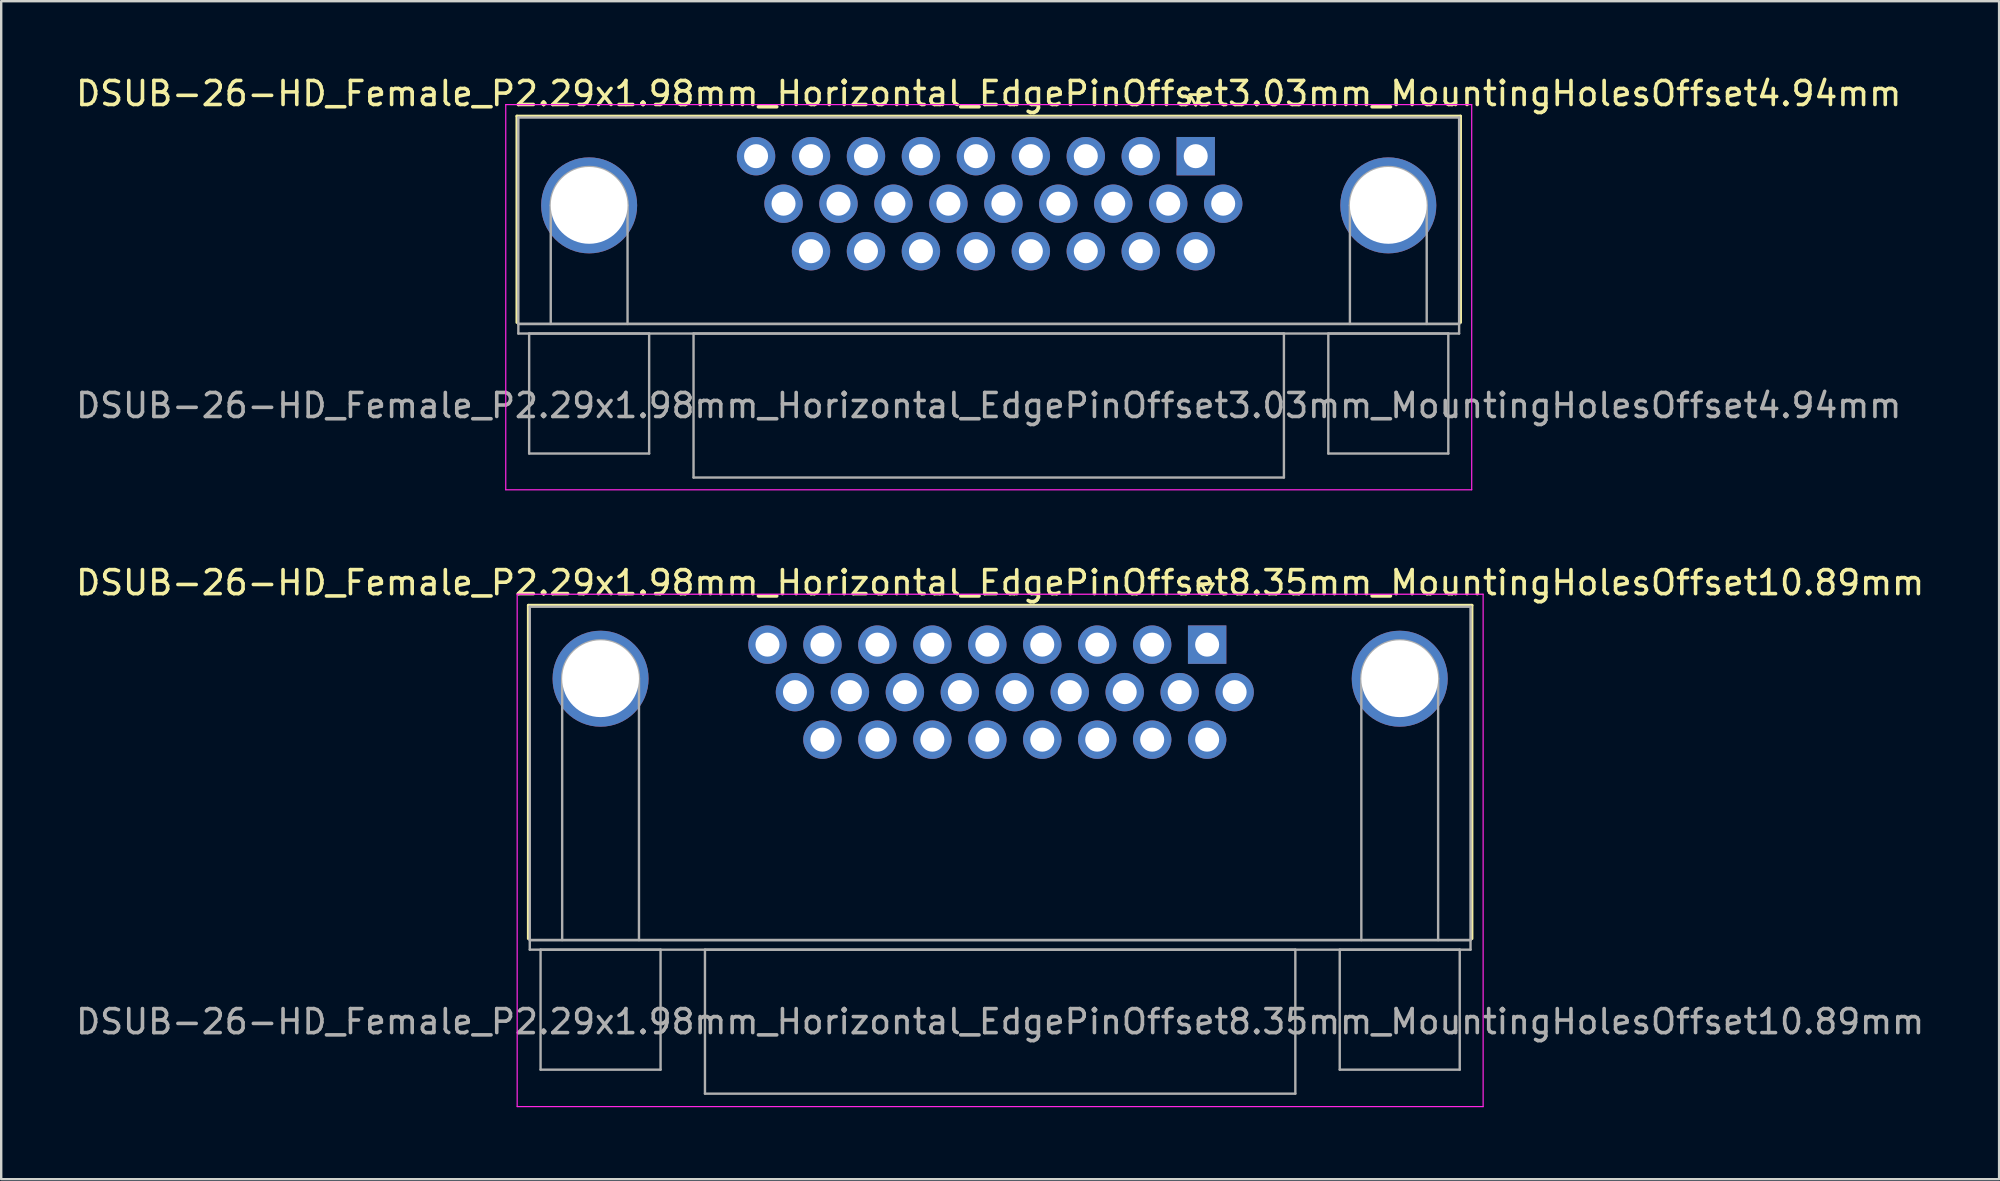
<source format=kicad_pcb>
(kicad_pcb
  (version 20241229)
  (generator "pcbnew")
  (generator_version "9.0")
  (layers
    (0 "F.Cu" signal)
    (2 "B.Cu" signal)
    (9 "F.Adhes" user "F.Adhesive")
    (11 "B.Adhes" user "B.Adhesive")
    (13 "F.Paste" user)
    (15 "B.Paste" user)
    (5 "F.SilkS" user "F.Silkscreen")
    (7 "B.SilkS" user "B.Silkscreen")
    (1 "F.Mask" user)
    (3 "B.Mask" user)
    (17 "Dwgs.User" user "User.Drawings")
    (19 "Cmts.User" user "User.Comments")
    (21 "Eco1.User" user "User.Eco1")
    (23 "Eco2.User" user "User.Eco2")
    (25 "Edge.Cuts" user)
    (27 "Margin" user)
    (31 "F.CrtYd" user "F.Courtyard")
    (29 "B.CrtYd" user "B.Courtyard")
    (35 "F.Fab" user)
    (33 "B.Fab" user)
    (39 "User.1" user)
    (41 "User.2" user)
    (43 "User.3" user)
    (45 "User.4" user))
  (footprint "DSUB-26-HD_Female_P2.29x1.98mm_Horizontal_EdgePinOffset3.03mm_MountingHolesOffset4.94mm"
    (layer "F.Cu")
    (at 46.774 3.458)
    (property "Reference" "DSUB-26-HD_Female_P2.29x1.98mm_Horizontal_EdgePinOffset3.03mm_MountingHolesOffset4.94mm" (at -8.625 -2.61 0) (layer "F.SilkS") (effects (font (size 1 1) (thickness 0.15))))
    (attr through_hole)
    (fp_line (start -28.285 -1.67) (end 11.035 -1.67) (stroke (width 0.12) (type solid)) (layer "F.SilkS"))
    (fp_line (start -28.285 6.93) (end -28.285 -1.67) (stroke (width 0.12) (type solid)) (layer "F.SilkS"))
    (fp_line (start -0.25 -2.564) (end 0.25 -2.564) (stroke (width 0.12) (type solid)) (layer "F.SilkS"))
    (fp_line (start 0 -2.131) (end -0.25 -2.564) (stroke (width 0.12) (type solid)) (layer "F.SilkS"))
    (fp_line (start 0.25 -2.564) (end 0 -2.131) (stroke (width 0.12) (type solid)) (layer "F.SilkS"))
    (fp_line (start 11.035 -1.67) (end 11.035 6.93) (stroke (width 0.12) (type solid)) (layer "F.SilkS"))
    (fp_line (start -28.75 -2.15) (end -28.75 13.9) (stroke (width 0.05) (type solid)) (layer "F.CrtYd"))
    (fp_line (start -28.75 13.9) (end 11.5 13.9) (stroke (width 0.05) (type solid)) (layer "F.CrtYd"))
    (fp_line (start 11.5 -2.15) (end -28.75 -2.15) (stroke (width 0.05) (type solid)) (layer "F.CrtYd"))
    (fp_line (start 11.5 13.9) (end 11.5 -2.15) (stroke (width 0.05) (type solid)) (layer "F.CrtYd"))
    (fp_line (start -28.225 -1.61) (end -28.225 6.99) (stroke (width 0.1) (type solid)) (layer "F.Fab"))
    (fp_line (start -28.225 6.99) (end -28.225 7.39) (stroke (width 0.1) (type solid)) (layer "F.Fab"))
    (fp_line (start -28.225 6.99) (end 10.975 6.99) (stroke (width 0.1) (type solid)) (layer "F.Fab"))
    (fp_line (start -28.225 7.39) (end 10.975 7.39) (stroke (width 0.1) (type solid)) (layer "F.Fab"))
    (fp_line (start -27.775 7.39) (end -27.775 12.39) (stroke (width 0.1) (type solid)) (layer "F.Fab"))
    (fp_line (start -27.775 12.39) (end -22.775 12.39) (stroke (width 0.1) (type solid)) (layer "F.Fab"))
    (fp_line (start -26.875 6.99) (end -26.875 2.05) (stroke (width 0.1) (type solid)) (layer "F.Fab"))
    (fp_line (start -23.675 6.99) (end -23.675 2.05) (stroke (width 0.1) (type solid)) (layer "F.Fab"))
    (fp_line (start -22.775 7.39) (end -27.775 7.39) (stroke (width 0.1) (type solid)) (layer "F.Fab"))
    (fp_line (start -22.775 12.39) (end -22.775 7.39) (stroke (width 0.1) (type solid)) (layer "F.Fab"))
    (fp_line (start -20.925 7.39) (end -20.925 13.39) (stroke (width 0.1) (type solid)) (layer "F.Fab"))
    (fp_line (start -20.925 13.39) (end 3.675 13.39) (stroke (width 0.1) (type solid)) (layer "F.Fab"))
    (fp_line (start 3.675 7.39) (end -20.925 7.39) (stroke (width 0.1) (type solid)) (layer "F.Fab"))
    (fp_line (start 3.675 13.39) (end 3.675 7.39) (stroke (width 0.1) (type solid)) (layer "F.Fab"))
    (fp_line (start 5.525 7.39) (end 5.525 12.39) (stroke (width 0.1) (type solid)) (layer "F.Fab"))
    (fp_line (start 5.525 12.39) (end 10.525 12.39) (stroke (width 0.1) (type solid)) (layer "F.Fab"))
    (fp_line (start 6.425 6.99) (end 6.425 2.05) (stroke (width 0.1) (type solid)) (layer "F.Fab"))
    (fp_line (start 9.625 6.99) (end 9.625 2.05) (stroke (width 0.1) (type solid)) (layer "F.Fab"))
    (fp_line (start 10.525 7.39) (end 5.525 7.39) (stroke (width 0.1) (type solid)) (layer "F.Fab"))
    (fp_line (start 10.525 12.39) (end 10.525 7.39) (stroke (width 0.1) (type solid)) (layer "F.Fab"))
    (fp_line (start 10.975 -1.61) (end -28.225 -1.61) (stroke (width 0.1) (type solid)) (layer "F.Fab"))
    (fp_line (start 10.975 6.99) (end -28.225 6.99) (stroke (width 0.1) (type solid)) (layer "F.Fab"))
    (fp_line (start 10.975 6.99) (end 10.975 -1.61) (stroke (width 0.1) (type solid)) (layer "F.Fab"))
    (fp_line (start 10.975 7.39) (end 10.975 6.99) (stroke (width 0.1) (type solid)) (layer "F.Fab"))
    (fp_arc (start -26.875 2.05) (mid -25.275 0.45) (end -23.675 2.05) (stroke (width 0.1) (type solid)) (layer "F.Fab"))
    (fp_arc (start 6.425 2.05) (mid 8.025 0.45) (end 9.625 2.05) (stroke (width 0.1) (type solid)) (layer "F.Fab"))
    (fp_text user "${REFERENCE}" (at -8.625 10.39 0) (layer "F.Fab") (effects (font (size 1 1) (thickness 0.15))))
    (pad "0" thru_hole circle (at -25.275 2.05) (size 4 4) (drill 3.2) (layers "*.Cu" "*.Mask"))
    (pad "0" thru_hole circle (at 8.025 2.05) (size 4 4) (drill 3.2) (layers "*.Cu" "*.Mask"))
    (pad "1" thru_hole rect (at 0 0) (size 1.6 1.6) (drill 1) (layers "*.Cu" "*.Mask"))
    (pad "2" thru_hole circle (at -2.29 0) (size 1.6 1.6) (drill 1) (layers "*.Cu" "*.Mask"))
    (pad "3" thru_hole circle (at -4.58 0) (size 1.6 1.6) (drill 1) (layers "*.Cu" "*.Mask"))
    (pad "4" thru_hole circle (at -6.87 0) (size 1.6 1.6) (drill 1) (layers "*.Cu" "*.Mask"))
    (pad "5" thru_hole circle (at -9.16 0) (size 1.6 1.6) (drill 1) (layers "*.Cu" "*.Mask"))
    (pad "6" thru_hole circle (at -11.45 0) (size 1.6 1.6) (drill 1) (layers "*.Cu" "*.Mask"))
    (pad "7" thru_hole circle (at -13.74 0) (size 1.6 1.6) (drill 1) (layers "*.Cu" "*.Mask"))
    (pad "8" thru_hole circle (at -16.03 0) (size 1.6 1.6) (drill 1) (layers "*.Cu" "*.Mask"))
    (pad "9" thru_hole circle (at -18.32 0) (size 1.6 1.6) (drill 1) (layers "*.Cu" "*.Mask"))
    (pad "10" thru_hole circle (at 1.145 1.98) (size 1.6 1.6) (drill 1) (layers "*.Cu" "*.Mask"))
    (pad "11" thru_hole circle (at -1.145 1.98) (size 1.6 1.6) (drill 1) (layers "*.Cu" "*.Mask"))
    (pad "12" thru_hole circle (at -3.435 1.98) (size 1.6 1.6) (drill 1) (layers "*.Cu" "*.Mask"))
    (pad "13" thru_hole circle (at -5.725 1.98) (size 1.6 1.6) (drill 1) (layers "*.Cu" "*.Mask"))
    (pad "14" thru_hole circle (at -8.015 1.98) (size 1.6 1.6) (drill 1) (layers "*.Cu" "*.Mask"))
    (pad "15" thru_hole circle (at -10.305 1.98) (size 1.6 1.6) (drill 1) (layers "*.Cu" "*.Mask"))
    (pad "16" thru_hole circle (at -12.595 1.98) (size 1.6 1.6) (drill 1) (layers "*.Cu" "*.Mask"))
    (pad "17" thru_hole circle (at -14.885 1.98) (size 1.6 1.6) (drill 1) (layers "*.Cu" "*.Mask"))
    (pad "18" thru_hole circle (at -17.175 1.98) (size 1.6 1.6) (drill 1) (layers "*.Cu" "*.Mask"))
    (pad "19" thru_hole circle (at 0 3.96) (size 1.6 1.6) (drill 1) (layers "*.Cu" "*.Mask"))
    (pad "20" thru_hole circle (at -2.29 3.96) (size 1.6 1.6) (drill 1) (layers "*.Cu" "*.Mask"))
    (pad "21" thru_hole circle (at -4.58 3.96) (size 1.6 1.6) (drill 1) (layers "*.Cu" "*.Mask"))
    (pad "22" thru_hole circle (at -6.87 3.96) (size 1.6 1.6) (drill 1) (layers "*.Cu" "*.Mask"))
    (pad "23" thru_hole circle (at -9.16 3.96) (size 1.6 1.6) (drill 1) (layers "*.Cu" "*.Mask"))
    (pad "24" thru_hole circle (at -11.45 3.96) (size 1.6 1.6) (drill 1) (layers "*.Cu" "*.Mask"))
    (pad "25" thru_hole circle (at -13.74 3.96) (size 1.6 1.6) (drill 1) (layers "*.Cu" "*.Mask"))
    (pad "26" thru_hole circle (at -16.03 3.96) (size 1.6 1.6) (drill 1) (layers "*.Cu" "*.Mask")))
  (footprint "DSUB-26-HD_Female_P2.29x1.98mm_Horizontal_EdgePinOffset8.35mm_MountingHolesOffset10.89mm"
    (layer "F.Cu")
    (at 47.25 23.811)
    (property "Reference" "DSUB-26-HD_Female_P2.29x1.98mm_Horizontal_EdgePinOffset8.35mm_MountingHolesOffset10.89mm" (at -8.625 -2.58 0) (layer "F.SilkS") (effects (font (size 1 1) (thickness 0.15))))
    (attr through_hole)
    (fp_line (start -28.285 -1.64) (end 11.035 -1.64) (stroke (width 0.12) (type solid)) (layer "F.SilkS"))
    (fp_line (start -28.285 12.25) (end -28.285 -1.64) (stroke (width 0.12) (type solid)) (layer "F.SilkS"))
    (fp_line (start -0.25 -2.534) (end 0.25 -2.534) (stroke (width 0.12) (type solid)) (layer "F.SilkS"))
    (fp_line (start 0 -2.101) (end -0.25 -2.534) (stroke (width 0.12) (type solid)) (layer "F.SilkS"))
    (fp_line (start 0.25 -2.534) (end 0 -2.101) (stroke (width 0.12) (type solid)) (layer "F.SilkS"))
    (fp_line (start 11.035 -1.64) (end 11.035 12.25) (stroke (width 0.12) (type solid)) (layer "F.SilkS"))
    (fp_line (start -28.75 -2.1) (end -28.75 19.25) (stroke (width 0.05) (type solid)) (layer "F.CrtYd"))
    (fp_line (start -28.75 19.25) (end 11.5 19.25) (stroke (width 0.05) (type solid)) (layer "F.CrtYd"))
    (fp_line (start 11.5 -2.1) (end -28.75 -2.1) (stroke (width 0.05) (type solid)) (layer "F.CrtYd"))
    (fp_line (start 11.5 19.25) (end 11.5 -2.1) (stroke (width 0.05) (type solid)) (layer "F.CrtYd"))
    (fp_line (start -28.225 -1.58) (end -28.225 12.31) (stroke (width 0.1) (type solid)) (layer "F.Fab"))
    (fp_line (start -28.225 12.31) (end -28.225 12.71) (stroke (width 0.1) (type solid)) (layer "F.Fab"))
    (fp_line (start -28.225 12.31) (end 10.975 12.31) (stroke (width 0.1) (type solid)) (layer "F.Fab"))
    (fp_line (start -28.225 12.71) (end 10.975 12.71) (stroke (width 0.1) (type solid)) (layer "F.Fab"))
    (fp_line (start -27.775 12.71) (end -27.775 17.71) (stroke (width 0.1) (type solid)) (layer "F.Fab"))
    (fp_line (start -27.775 17.71) (end -22.775 17.71) (stroke (width 0.1) (type solid)) (layer "F.Fab"))
    (fp_line (start -26.875 12.31) (end -26.875 1.42) (stroke (width 0.1) (type solid)) (layer "F.Fab"))
    (fp_line (start -23.675 12.31) (end -23.675 1.42) (stroke (width 0.1) (type solid)) (layer "F.Fab"))
    (fp_line (start -22.775 12.71) (end -27.775 12.71) (stroke (width 0.1) (type solid)) (layer "F.Fab"))
    (fp_line (start -22.775 17.71) (end -22.775 12.71) (stroke (width 0.1) (type solid)) (layer "F.Fab"))
    (fp_line (start -20.925 12.71) (end -20.925 18.71) (stroke (width 0.1) (type solid)) (layer "F.Fab"))
    (fp_line (start -20.925 18.71) (end 3.675 18.71) (stroke (width 0.1) (type solid)) (layer "F.Fab"))
    (fp_line (start 3.675 12.71) (end -20.925 12.71) (stroke (width 0.1) (type solid)) (layer "F.Fab"))
    (fp_line (start 3.675 18.71) (end 3.675 12.71) (stroke (width 0.1) (type solid)) (layer "F.Fab"))
    (fp_line (start 5.525 12.71) (end 5.525 17.71) (stroke (width 0.1) (type solid)) (layer "F.Fab"))
    (fp_line (start 5.525 17.71) (end 10.525 17.71) (stroke (width 0.1) (type solid)) (layer "F.Fab"))
    (fp_line (start 6.425 12.31) (end 6.425 1.42) (stroke (width 0.1) (type solid)) (layer "F.Fab"))
    (fp_line (start 9.625 12.31) (end 9.625 1.42) (stroke (width 0.1) (type solid)) (layer "F.Fab"))
    (fp_line (start 10.525 12.71) (end 5.525 12.71) (stroke (width 0.1) (type solid)) (layer "F.Fab"))
    (fp_line (start 10.525 17.71) (end 10.525 12.71) (stroke (width 0.1) (type solid)) (layer "F.Fab"))
    (fp_line (start 10.975 -1.58) (end -28.225 -1.58) (stroke (width 0.1) (type solid)) (layer "F.Fab"))
    (fp_line (start 10.975 12.31) (end -28.225 12.31) (stroke (width 0.1) (type solid)) (layer "F.Fab"))
    (fp_line (start 10.975 12.31) (end 10.975 -1.58) (stroke (width 0.1) (type solid)) (layer "F.Fab"))
    (fp_line (start 10.975 12.71) (end 10.975 12.31) (stroke (width 0.1) (type solid)) (layer "F.Fab"))
    (fp_arc (start -26.875 1.42) (mid -25.275 -0.18) (end -23.675 1.42) (stroke (width 0.1) (type solid)) (layer "F.Fab"))
    (fp_arc (start 6.425 1.42) (mid 8.025 -0.18) (end 9.625 1.42) (stroke (width 0.1) (type solid)) (layer "F.Fab"))
    (fp_text user "${REFERENCE}" (at -8.625 15.71 0) (layer "F.Fab") (effects (font (size 1 1) (thickness 0.15))))
    (pad "0" thru_hole circle (at -25.275 1.42) (size 4 4) (drill 3.2) (layers "*.Cu" "*.Mask"))
    (pad "0" thru_hole circle (at 8.025 1.42) (size 4 4) (drill 3.2) (layers "*.Cu" "*.Mask"))
    (pad "1" thru_hole rect (at 0 0) (size 1.6 1.6) (drill 1) (layers "*.Cu" "*.Mask"))
    (pad "2" thru_hole circle (at -2.29 0) (size 1.6 1.6) (drill 1) (layers "*.Cu" "*.Mask"))
    (pad "3" thru_hole circle (at -4.58 0) (size 1.6 1.6) (drill 1) (layers "*.Cu" "*.Mask"))
    (pad "4" thru_hole circle (at -6.87 0) (size 1.6 1.6) (drill 1) (layers "*.Cu" "*.Mask"))
    (pad "5" thru_hole circle (at -9.16 0) (size 1.6 1.6) (drill 1) (layers "*.Cu" "*.Mask"))
    (pad "6" thru_hole circle (at -11.45 0) (size 1.6 1.6) (drill 1) (layers "*.Cu" "*.Mask"))
    (pad "7" thru_hole circle (at -13.74 0) (size 1.6 1.6) (drill 1) (layers "*.Cu" "*.Mask"))
    (pad "8" thru_hole circle (at -16.03 0) (size 1.6 1.6) (drill 1) (layers "*.Cu" "*.Mask"))
    (pad "9" thru_hole circle (at -18.32 0) (size 1.6 1.6) (drill 1) (layers "*.Cu" "*.Mask"))
    (pad "10" thru_hole circle (at 1.145 1.98) (size 1.6 1.6) (drill 1) (layers "*.Cu" "*.Mask"))
    (pad "11" thru_hole circle (at -1.145 1.98) (size 1.6 1.6) (drill 1) (layers "*.Cu" "*.Mask"))
    (pad "12" thru_hole circle (at -3.435 1.98) (size 1.6 1.6) (drill 1) (layers "*.Cu" "*.Mask"))
    (pad "13" thru_hole circle (at -5.725 1.98) (size 1.6 1.6) (drill 1) (layers "*.Cu" "*.Mask"))
    (pad "14" thru_hole circle (at -8.015 1.98) (size 1.6 1.6) (drill 1) (layers "*.Cu" "*.Mask"))
    (pad "15" thru_hole circle (at -10.305 1.98) (size 1.6 1.6) (drill 1) (layers "*.Cu" "*.Mask"))
    (pad "16" thru_hole circle (at -12.595 1.98) (size 1.6 1.6) (drill 1) (layers "*.Cu" "*.Mask"))
    (pad "17" thru_hole circle (at -14.885 1.98) (size 1.6 1.6) (drill 1) (layers "*.Cu" "*.Mask"))
    (pad "18" thru_hole circle (at -17.175 1.98) (size 1.6 1.6) (drill 1) (layers "*.Cu" "*.Mask"))
    (pad "19" thru_hole circle (at 0 3.96) (size 1.6 1.6) (drill 1) (layers "*.Cu" "*.Mask"))
    (pad "20" thru_hole circle (at -2.29 3.96) (size 1.6 1.6) (drill 1) (layers "*.Cu" "*.Mask"))
    (pad "21" thru_hole circle (at -4.58 3.96) (size 1.6 1.6) (drill 1) (layers "*.Cu" "*.Mask"))
    (pad "22" thru_hole circle (at -6.87 3.96) (size 1.6 1.6) (drill 1) (layers "*.Cu" "*.Mask"))
    (pad "23" thru_hole circle (at -9.16 3.96) (size 1.6 1.6) (drill 1) (layers "*.Cu" "*.Mask"))
    (pad "24" thru_hole circle (at -11.45 3.96) (size 1.6 1.6) (drill 1) (layers "*.Cu" "*.Mask"))
    (pad "25" thru_hole circle (at -13.74 3.96) (size 1.6 1.6) (drill 1) (layers "*.Cu" "*.Mask"))
    (pad "26" thru_hole circle (at -16.03 3.96) (size 1.6 1.6) (drill 1) (layers "*.Cu" "*.Mask")))
  (gr_rect
    (start -3 -3)
    (end 80.25 46.087)
    (stroke (width 0.1) (type default))
    (fill no)
    (layer "Edge.Cuts")))
</source>
